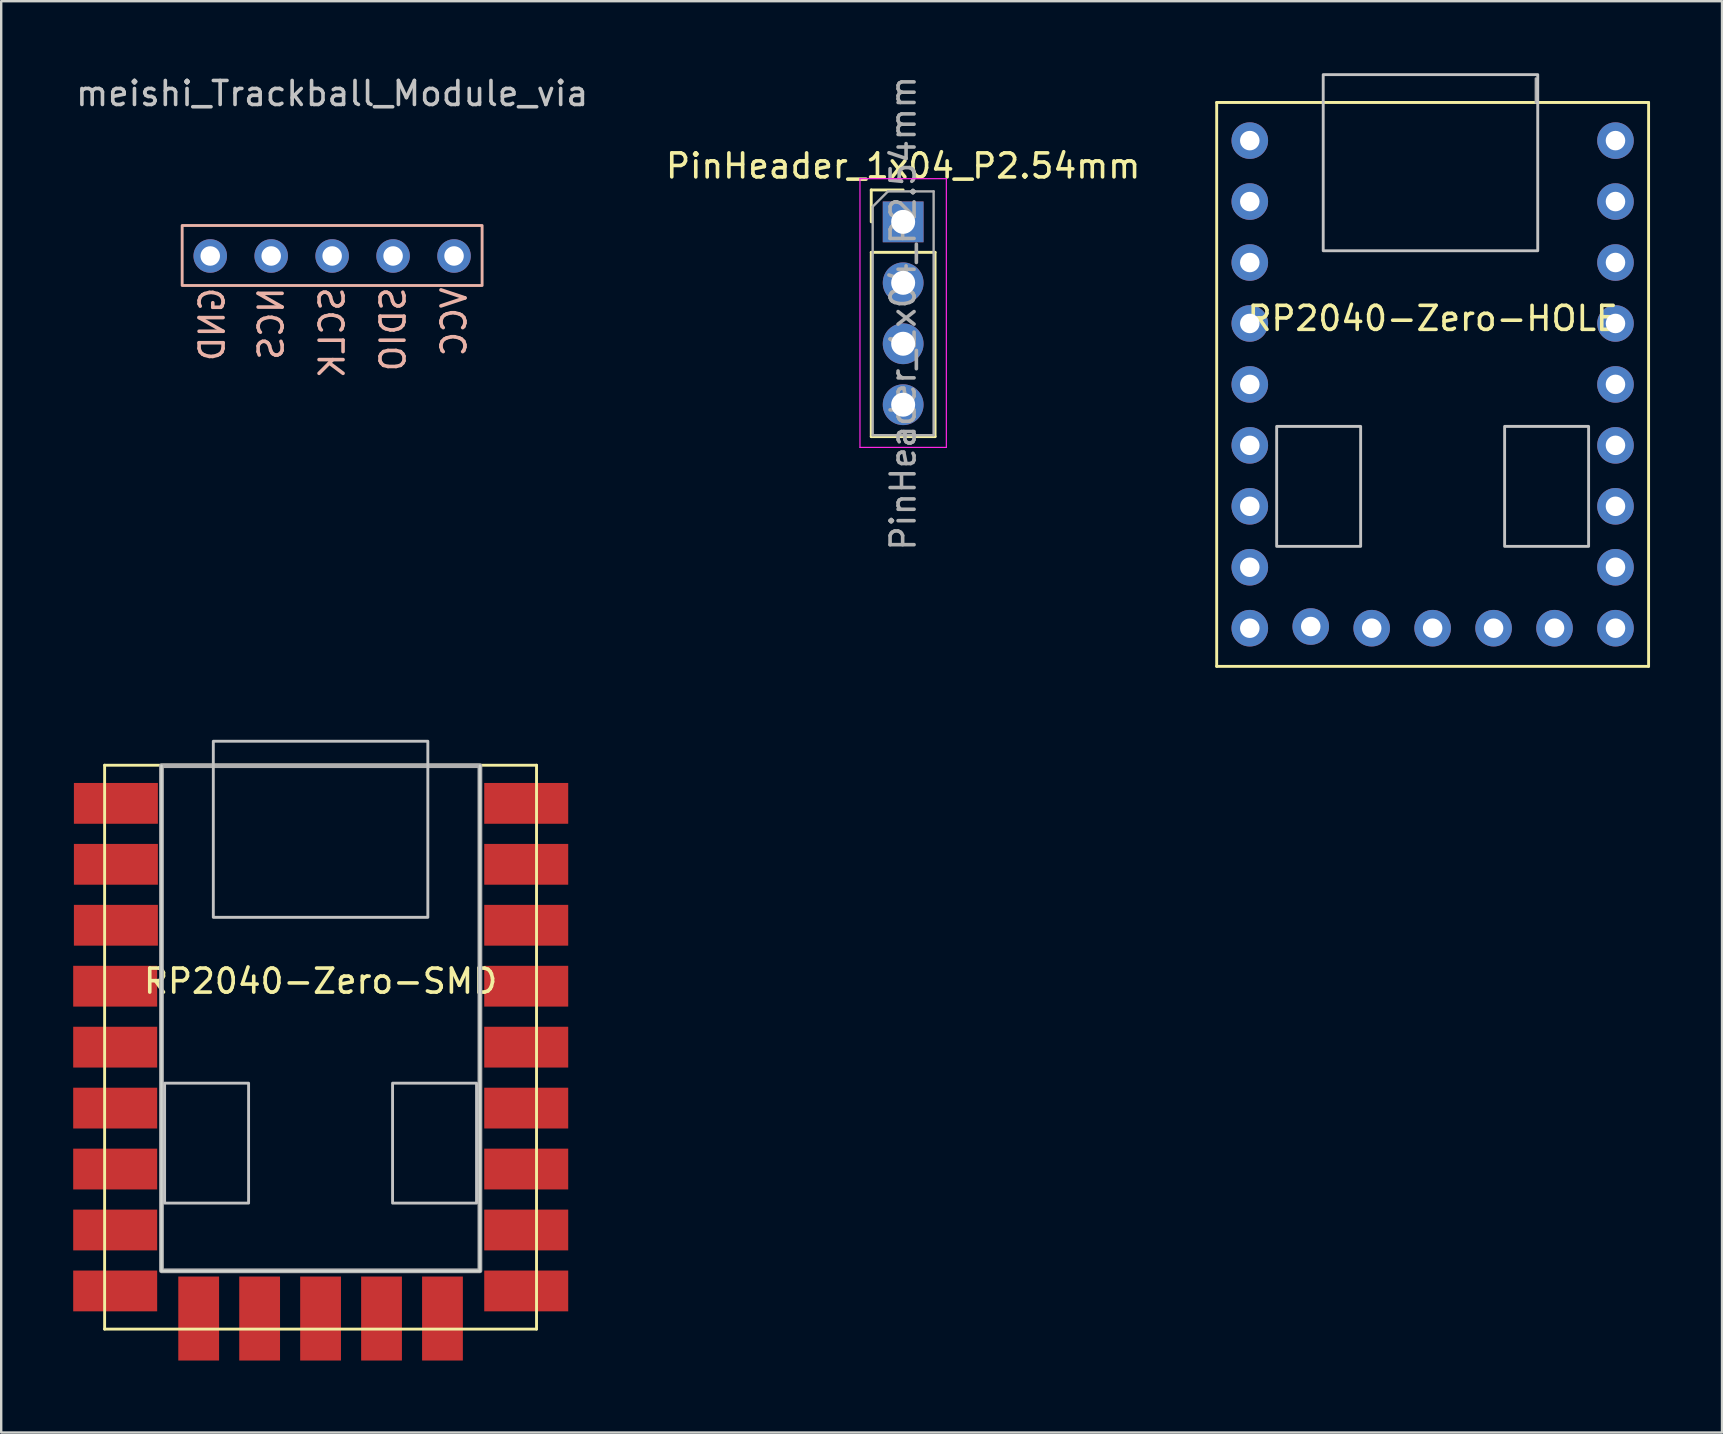
<source format=kicad_pcb>
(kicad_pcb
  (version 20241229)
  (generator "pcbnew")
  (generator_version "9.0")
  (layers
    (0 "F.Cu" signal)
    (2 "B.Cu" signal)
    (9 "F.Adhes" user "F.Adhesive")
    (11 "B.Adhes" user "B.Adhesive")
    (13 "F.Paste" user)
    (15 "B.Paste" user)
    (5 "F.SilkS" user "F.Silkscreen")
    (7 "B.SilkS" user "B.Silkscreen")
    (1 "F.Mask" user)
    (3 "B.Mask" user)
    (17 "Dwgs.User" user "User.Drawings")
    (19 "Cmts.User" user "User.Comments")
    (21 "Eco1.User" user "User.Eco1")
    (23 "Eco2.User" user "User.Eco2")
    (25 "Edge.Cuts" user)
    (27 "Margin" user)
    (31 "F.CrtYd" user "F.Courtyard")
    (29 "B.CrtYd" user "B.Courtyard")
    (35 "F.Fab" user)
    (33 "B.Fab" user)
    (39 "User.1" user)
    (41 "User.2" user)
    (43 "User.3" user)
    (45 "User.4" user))
  (footprint "meishi_Trackball_Module_via"
    (layer "F.Cu")
    (at 10.792 1.348)
    (property "Reference" "meishi_Trackball_Module_via" (at 0 -0.5 0) (unlocked yes) (layer "Dwgs.User") (effects (font (size 1 1) (thickness 0.15))))
    (attr through_hole)
    (fp_rect (start 6.25 5) (end -6.25 7.5) (stroke (width 0.12) (type default)) (fill no) (layer "B.SilkS"))
    (fp_text user "VCC" (at 5.08 7.49 90) (unlocked yes) (layer "B.SilkS") (effects (font (size 1 1) (thickness 0.15)) (justify left mirror)))
    (fp_text user "GND" (at -5 7.5 90) (unlocked yes) (layer "B.SilkS") (effects (font (size 1 1) (thickness 0.15)) (justify left mirror)))
    (fp_text user "SDIO" (at 2.54 7.49 90) (unlocked yes) (layer "B.SilkS") (effects (font (size 1 1) (thickness 0.15)) (justify left mirror)))
    (fp_text user "SCLK" (at 0 7.49 90) (unlocked yes) (layer "B.SilkS") (effects (font (size 1 1) (thickness 0.15)) (justify left mirror)))
    (fp_text user "NCS" (at -2.54 7.49 90) (unlocked yes) (layer "B.SilkS") (effects (font (size 1 1) (thickness 0.15)) (justify left mirror)))
    (pad "1" thru_hole circle (at 5.08 6.27) (size 1.397 1.397) (drill 0.813) (layers "*.Cu" "*.Mask"))
    (pad "2" thru_hole circle (at 2.54 6.27) (size 1.397 1.397) (drill 0.813) (layers "*.Cu" "*.Mask"))
    (pad "3" thru_hole circle (at 0 6.27) (size 1.397 1.397) (drill 0.813) (layers "*.Cu" "*.Mask"))
    (pad "4" thru_hole circle (at -2.54 6.27) (size 1.397 1.397) (drill 0.813) (layers "*.Cu" "*.Mask"))
    (pad "5" thru_hole circle (at -5.08 6.27) (size 1.397 1.397) (drill 0.813) (layers "*.Cu" "*.Mask")))
  (footprint "PinHeader_1x04_P2.54mm"
    (layer "F.Cu")
    (at 34.589 6.196)
    (property "Reference" "PinHeader_1x04_P2.54mm" (at 0 -2.33 0) (layer "F.SilkS") (effects (font (size 1 1) (thickness 0.15))))
    (attr through_hole)
    (fp_line (start -1.33 -1.33) (end 0 -1.33) (stroke (width 0.12) (type solid)) (layer "F.SilkS"))
    (fp_line (start -1.33 0) (end -1.33 -1.33) (stroke (width 0.12) (type solid)) (layer "F.SilkS"))
    (fp_line (start -1.33 1.27) (end -1.33 8.95) (stroke (width 0.12) (type solid)) (layer "F.SilkS"))
    (fp_line (start -1.33 1.27) (end 1.33 1.27) (stroke (width 0.12) (type solid)) (layer "F.SilkS"))
    (fp_line (start -1.33 8.95) (end 1.33 8.95) (stroke (width 0.12) (type solid)) (layer "F.SilkS"))
    (fp_line (start 1.33 1.27) (end 1.33 8.95) (stroke (width 0.12) (type solid)) (layer "F.SilkS"))
    (fp_line (start -1.8 -1.8) (end -1.8 9.4) (stroke (width 0.05) (type solid)) (layer "F.CrtYd"))
    (fp_line (start -1.8 9.4) (end 1.8 9.4) (stroke (width 0.05) (type solid)) (layer "F.CrtYd"))
    (fp_line (start 1.8 -1.8) (end -1.8 -1.8) (stroke (width 0.05) (type solid)) (layer "F.CrtYd"))
    (fp_line (start 1.8 9.4) (end 1.8 -1.8) (stroke (width 0.05) (type solid)) (layer "F.CrtYd"))
    (fp_line (start -1.27 -0.635) (end -0.635 -1.27) (stroke (width 0.1) (type solid)) (layer "F.Fab"))
    (fp_line (start -1.27 8.89) (end -1.27 -0.635) (stroke (width 0.1) (type solid)) (layer "F.Fab"))
    (fp_line (start -0.635 -1.27) (end 1.27 -1.27) (stroke (width 0.1) (type solid)) (layer "F.Fab"))
    (fp_line (start 1.27 -1.27) (end 1.27 8.89) (stroke (width 0.1) (type solid)) (layer "F.Fab"))
    (fp_line (start 1.27 8.89) (end -1.27 8.89) (stroke (width 0.1) (type solid)) (layer "F.Fab"))
    (fp_text user "${REFERENCE}" (at 0 3.81 90) (layer "F.Fab") (effects (font (size 1 1) (thickness 0.15))))
    (pad "1" thru_hole rect (at 0 0) (size 1.7 1.7) (drill 1) (layers "*.Cu" "*.Mask"))
    (pad "2" thru_hole oval (at 0 2.54) (size 1.7 1.7) (drill 1) (layers "*.Cu" "*.Mask"))
    (pad "3" thru_hole oval (at 0 5.08) (size 1.7 1.7) (drill 1) (layers "*.Cu" "*.Mask"))
    (pad "4" thru_hole oval (at 0 7.62) (size 1.7 1.7) (drill 1) (layers "*.Cu" "*.Mask")))
  (footprint "RP2040-Zero-HOLE"
    (layer "F.Cu")
    (at 56.655 12.22)
    (property "Reference" "RP2040-Zero-HOLE" (at 0 -2 0) (unlocked yes) (layer "F.SilkS") (effects (font (size 1 1) (thickness 0.15))))
    (attr smd)
    (fp_line (start -9 -11) (end -9 12.5) (stroke (width 0.12) (type solid)) (layer "F.SilkS"))
    (fp_line (start -9 12.5) (end 9 12.5) (stroke (width 0.12) (type solid)) (layer "F.SilkS"))
    (fp_line (start 9 -11) (end -9 -11) (stroke (width 0.12) (type solid)) (layer "F.SilkS"))
    (fp_line (start 9 12.5) (end 9 -11) (stroke (width 0.12) (type solid)) (layer "F.SilkS"))
    (fp_rect (start -6.5 2.5) (end -3 7.5) (stroke (width 0.12) (type default)) (fill no) (layer "Dwgs.User"))
    (fp_rect (start -4.56 -12.16) (end 4.38 -4.82) (stroke (width 0.12) (type default)) (fill no) (layer "Dwgs.User"))
    (fp_rect (start 3 2.5) (end 6.5 7.5) (stroke (width 0.12) (type default)) (fill no) (layer "Dwgs.User"))
    (fp_line (start 4.3 -12) (end 4.3 -11) (stroke (width 0.1) (type solid)) (layer "F.Fab"))
    (pad "0" thru_hole circle (at 7.62 -9.41) (size 1.524 1.524) (drill 0.813) (layers "*.Cu" "*.Mask"))
    (pad "1" thru_hole circle (at 7.62 -6.87) (size 1.524 1.524) (drill 0.813) (layers "*.Cu" "*.Mask"))
    (pad "2" thru_hole circle (at 7.62 -4.33) (size 1.524 1.524) (drill 0.813) (layers "*.Cu" "*.Mask"))
    (pad "3" thru_hole circle (at 7.62 -1.79) (size 1.524 1.524) (drill 0.813) (layers "*.Cu" "*.Mask"))
    (pad "4" thru_hole circle (at 7.62 0.75) (size 1.524 1.524) (drill 0.813) (layers "*.Cu" "*.Mask"))
    (pad "5" thru_hole circle (at 7.62 3.29) (size 1.524 1.524) (drill 0.813) (layers "*.Cu" "*.Mask"))
    (pad "6" thru_hole circle (at 7.62 5.83) (size 1.524 1.524) (drill 0.813) (layers "*.Cu" "*.Mask"))
    (pad "7" thru_hole circle (at 7.62 8.37) (size 1.524 1.524) (drill 0.813) (layers "*.Cu" "*.Mask"))
    (pad "8" thru_hole circle (at 7.62 10.91) (size 1.524 1.524) (drill 0.813) (layers "*.Cu" "*.Mask"))
    (pad "9" thru_hole circle (at 5.08 10.91) (size 1.524 1.524) (drill 0.813) (layers "*.Cu" "*.Mask"))
    (pad "10" thru_hole circle (at 2.54 10.91) (size 1.524 1.524) (drill 0.813) (layers "*.Cu" "*.Mask"))
    (pad "11" thru_hole circle (at 0 10.91) (size 1.524 1.524) (drill 0.813) (layers "*.Cu" "*.Mask"))
    (pad "12" thru_hole circle (at -2.54 10.91) (size 1.524 1.524) (drill 0.813) (layers "*.Cu" "*.Mask"))
    (pad "13" thru_hole circle (at -5.08 10.84) (size 1.524 1.524) (drill 0.813) (layers "*.Cu" "*.Mask"))
    (pad "14" thru_hole circle (at -7.62 10.91) (size 1.524 1.524) (drill 0.813) (layers "*.Cu" "*.Mask"))
    (pad "15" thru_hole circle (at -7.62 8.37) (size 1.524 1.524) (drill 0.813) (layers "*.Cu" "*.Mask"))
    (pad "26" thru_hole circle (at -7.62 5.83) (size 1.524 1.524) (drill 0.813) (layers "*.Cu" "*.Mask"))
    (pad "27" thru_hole circle (at -7.62 3.29) (size 1.524 1.524) (drill 0.813) (layers "*.Cu" "*.Mask"))
    (pad "28" thru_hole circle (at -7.62 0.75) (size 1.524 1.524) (drill 0.813) (layers "*.Cu" "*.Mask"))
    (pad "29" thru_hole circle (at -7.62 -1.79) (size 1.524 1.524) (drill 0.813) (layers "*.Cu" "*.Mask"))
    (pad "30" thru_hole circle (at -7.62 -4.33) (size 1.524 1.524) (drill 0.813) (layers "*.Cu" "*.Mask"))
    (pad "31" thru_hole circle (at -7.62 -6.87) (size 1.524 1.524) (drill 0.813) (layers "*.Cu" "*.Mask"))
    (pad "32" thru_hole circle (at -7.62 -9.41) (size 1.524 1.524) (drill 0.813) (layers "*.Cu" "*.Mask")))
  (footprint "RP2040-Zero-SMD"
    (layer "F.Cu")
    (at 10.31 39.84)
    (property "Reference" "RP2040-Zero-SMD" (at 0 -2 0) (unlocked yes) (layer "F.SilkS") (effects (font (size 1 1) (thickness 0.15))))
    (attr smd)
    (fp_line (start -9 -11) (end -9 12.5) (stroke (width 0.12) (type solid)) (layer "F.SilkS"))
    (fp_line (start -9 12.5) (end 9 12.5) (stroke (width 0.12) (type solid)) (layer "F.SilkS"))
    (fp_line (start 9 -11) (end -9 -11) (stroke (width 0.12) (type solid)) (layer "F.SilkS"))
    (fp_line (start 9 12.5) (end 9 -11) (stroke (width 0.12) (type solid)) (layer "F.SilkS"))
    (fp_rect (start -6.5 2.25) (end -3 7.25) (stroke (width 0.12) (type default)) (fill no) (layer "Dwgs.User"))
    (fp_rect (start -4.47 -12) (end 4.47 -4.66) (stroke (width 0.12) (type default)) (fill no) (layer "Dwgs.User"))
    (fp_rect (start 3 2.25) (end 6.5 7.25) (stroke (width 0.12) (type default)) (fill no) (layer "Dwgs.User"))
    (fp_line (start -6.63 -10.98) (end -6.63 10.08) (stroke (width 0.1) (type solid)) (layer "Edge.Cuts"))
    (fp_line (start -6.63 10.08) (end 6.64 10.08) (stroke (width 0.1) (type solid)) (layer "Edge.Cuts"))
    (fp_line (start 6.64 -10.98) (end 6.64 10.08) (stroke (width 0.1) (type solid)) (layer "Edge.Cuts"))
    (fp_rect (start -6.63 -10.98) (end 6.64 10.07) (stroke (width 0.2) (type solid)) (fill no) (layer "F.Fab"))
    (pad "0" smd rect (at 9.47 -9.41) (size 3.5 1.7) (drill (offset -0.9 0)) (layers "F.Cu" "F.Mask" "F.Paste"))
    (pad "1" smd rect (at 9.47 -6.87) (size 3.5 1.7) (drill (offset -0.9 0)) (layers "F.Cu" "F.Mask" "F.Paste"))
    (pad "2" smd rect (at 9.47 -4.33) (size 3.5 1.7) (drill (offset -0.9 0)) (layers "F.Cu" "F.Mask" "F.Paste"))
    (pad "3" smd rect (at 9.47 -1.79) (size 3.5 1.7) (drill (offset -0.9 0)) (layers "F.Cu" "F.Mask" "F.Paste"))
    (pad "4" smd rect (at 9.47 0.75) (size 3.5 1.7) (drill (offset -0.9 0)) (layers "F.Cu" "F.Mask" "F.Paste"))
    (pad "5" smd rect (at 9.47 3.29) (size 3.5 1.7) (drill (offset -0.9 0)) (layers "F.Cu" "F.Mask" "F.Paste"))
    (pad "6" smd rect (at 9.47 5.83) (size 3.5 1.7) (drill (offset -0.9 0)) (layers "F.Cu" "F.Mask" "F.Paste"))
    (pad "7" smd rect (at 9.47 8.37) (size 3.5 1.7) (drill (offset -0.9 0)) (layers "F.Cu" "F.Mask" "F.Paste"))
    (pad "8" smd rect (at 9.47 10.91) (size 3.5 1.7) (drill (offset -0.9 0)) (layers "F.Cu" "F.Mask" "F.Paste"))
    (pad "9" smd rect (at 5.08 12.96 270) (size 3.5 1.7) (drill (offset -0.9 0)) (layers "F.Cu" "F.Mask" "F.Paste"))
    (pad "10" smd rect (at 2.54 12.96 270) (size 3.5 1.7) (drill (offset -0.9 0)) (layers "F.Cu" "F.Mask" "F.Paste"))
    (pad "11" smd rect (at 0 12.96 270) (size 3.5 1.7) (drill (offset -0.9 0)) (layers "F.Cu" "F.Mask" "F.Paste"))
    (pad "12" smd rect (at -2.54 12.96 270) (size 3.5 1.7) (drill (offset -0.9 0)) (layers "F.Cu" "F.Mask" "F.Paste"))
    (pad "13" smd rect (at -5.08 12.96 270) (size 3.5 1.7) (drill (offset -0.9 0)) (layers "F.Cu" "F.Mask" "F.Paste"))
    (pad "14" smd rect (at -9.46 10.91 180) (size 3.5 1.7) (drill (offset -0.9 0)) (layers "F.Cu" "F.Mask" "F.Paste"))
    (pad "15" smd rect (at -9.46 8.37 180) (size 3.5 1.7) (drill (offset -0.9 0)) (layers "F.Cu" "F.Mask" "F.Paste"))
    (pad "26" smd rect (at -9.46 5.83 180) (size 3.5 1.7) (drill (offset -0.9 0)) (layers "F.Cu" "F.Mask" "F.Paste"))
    (pad "27" smd rect (at -9.46 3.29 180) (size 3.5 1.7) (drill (offset -0.9 0)) (layers "F.Cu" "F.Mask" "F.Paste"))
    (pad "28" smd rect (at -9.46 0.75 180) (size 3.5 1.7) (drill (offset -0.9 0)) (layers "F.Cu" "F.Mask" "F.Paste"))
    (pad "29" smd rect (at -9.46 -1.79 180) (size 3.5 1.7) (drill (offset -0.9 0)) (layers "F.Cu" "F.Mask" "F.Paste"))
    (pad "30" smd rect (at -9.43 -4.33 180) (size 3.5 1.7) (drill (offset -0.9 0)) (layers "F.Cu" "F.Mask" "F.Paste"))
    (pad "31" smd rect (at -9.43 -6.87 180) (size 3.5 1.7) (drill (offset -0.9 0)) (layers "F.Cu" "F.Mask" "F.Paste"))
    (pad "32" smd rect (at -9.43 -9.41 180) (size 3.5 1.7) (drill (offset -0.9 0)) (layers "F.Cu" "F.Mask" "F.Paste")))
  (gr_rect
    (start -3 -3)
    (end 68.715 56.65)
    (stroke (width 0.1) (type default))
    (fill no)
    (layer "Edge.Cuts")))
</source>
